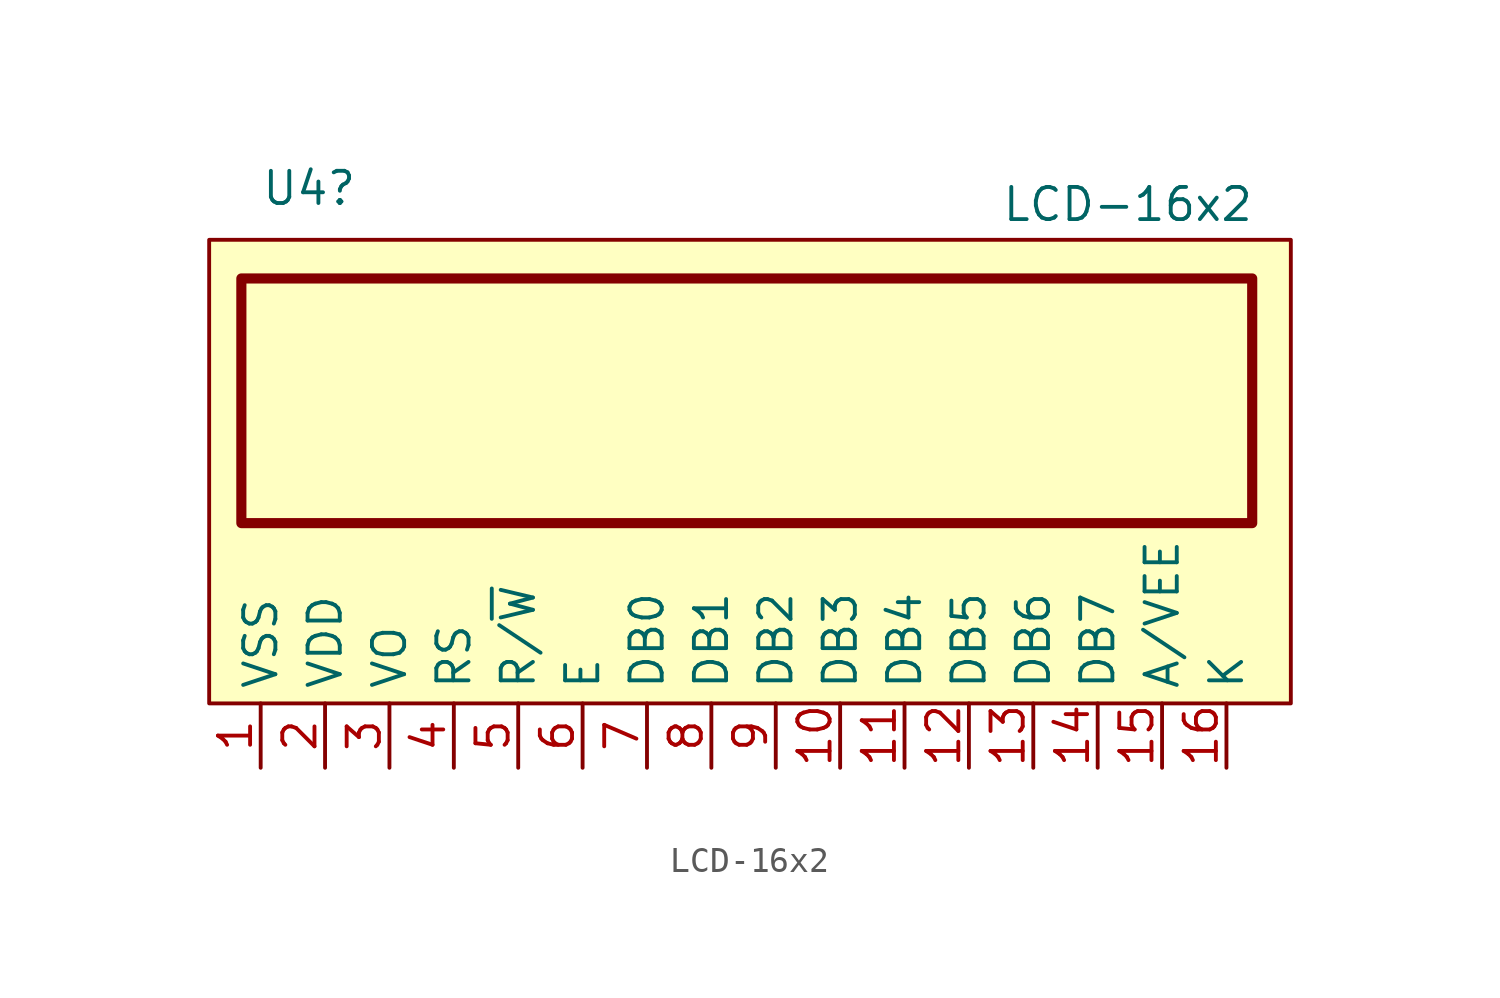
<source format=kicad_sym>
(kicad_symbol_lib
  (version 20231120)
  (generator "kicad_symbol_editor")
  (generator_version "8.0")
  (symbol "LCD-16x2"
    (property "Reference" "U4"
      (at 2.032 20.32 0)
      (effects (font (size 1.27 1.27)) (justify left)))
    (property "Value" "LCD-16x2"
      (at 31.242 19.685 0)
      (effects (font (size 1.27 1.27)) (justify left)))
    (symbol "LCD-16x2_0_1"
      (rectangle (start 0 18.288) (end 42.672 0) (stroke (width 0) (type default)) (fill (type background)))
      (rectangle (start 1.27 16.764) (end 41.148 7.112) (stroke (width 0.4) (type default)) (fill (type none))))
    (symbol "LCD-16x2_1_1"
      (pin power_in line (at 2.032 -2.54 90) (length 2.54) (name "VSS" (effects (font (size 1.27 1.27)))) (number "1" (effects (font (size 1.27 1.27)))))
      (pin bidirectional line (at 24.892 -2.54 90) (length 2.54) (name "DB3" (effects (font (size 1.27 1.27)))) (number "10" (effects (font (size 1.27 1.27)))))
      (pin bidirectional line (at 27.432 -2.54 90) (length 2.54) (name "DB4" (effects (font (size 1.27 1.27)))) (number "11" (effects (font (size 1.27 1.27)))))
      (pin bidirectional line (at 29.972 -2.54 90) (length 2.54) (name "DB5" (effects (font (size 1.27 1.27)))) (number "12" (effects (font (size 1.27 1.27)))))
      (pin bidirectional line (at 32.512 -2.54 90) (length 2.54) (name "DB6" (effects (font (size 1.27 1.27)))) (number "13" (effects (font (size 1.27 1.27)))))
      (pin bidirectional line (at 35.052 -2.54 90) (length 2.54) (name "DB7" (effects (font (size 1.27 1.27)))) (number "14" (effects (font (size 1.27 1.27)))))
      (pin power_in line (at 37.592 -2.54 90) (length 2.54) (name "A/VEE" (effects (font (size 1.27 1.27)))) (number "15" (effects (font (size 1.27 1.27)))))
      (pin power_in line (at 40.132 -2.54 90) (length 2.54) (name "K" (effects (font (size 1.27 1.27)))) (number "16" (effects (font (size 1.27 1.27)))))
      (pin power_in line (at 4.572 -2.54 90) (length 2.54) (name "VDD" (effects (font (size 1.27 1.27)))) (number "2" (effects (font (size 1.27 1.27)))))
      (pin input line (at 7.112 -2.54 90) (length 2.54) (name "VO" (effects (font (size 1.27 1.27)))) (number "3" (effects (font (size 1.27 1.27)))))
      (pin input line (at 9.652 -2.54 90) (length 2.54) (name "RS" (effects (font (size 1.27 1.27)))) (number "4" (effects (font (size 1.27 1.27)))))
      (pin input line (at 12.192 -2.54 90) (length 2.54) (name "R/~{W}" (effects (font (size 1.27 1.27)))) (number "5" (effects (font (size 1.27 1.27)))))
      (pin input line (at 14.732 -2.54 90) (length 2.54) (name "E" (effects (font (size 1.27 1.27)))) (number "6" (effects (font (size 1.27 1.27)))))
      (pin bidirectional line (at 17.272 -2.54 90) (length 2.54) (name "DB0" (effects (font (size 1.27 1.27)))) (number "7" (effects (font (size 1.27 1.27)))))
      (pin bidirectional line (at 19.812 -2.54 90) (length 2.54) (name "DB1" (effects (font (size 1.27 1.27)))) (number "8" (effects (font (size 1.27 1.27)))))
      (pin bidirectional line (at 22.352 -2.54 90) (length 2.54) (name "DB2" (effects (font (size 1.27 1.27)))) (number "9" (effects (font (size 1.27 1.27))))))))
</source>
